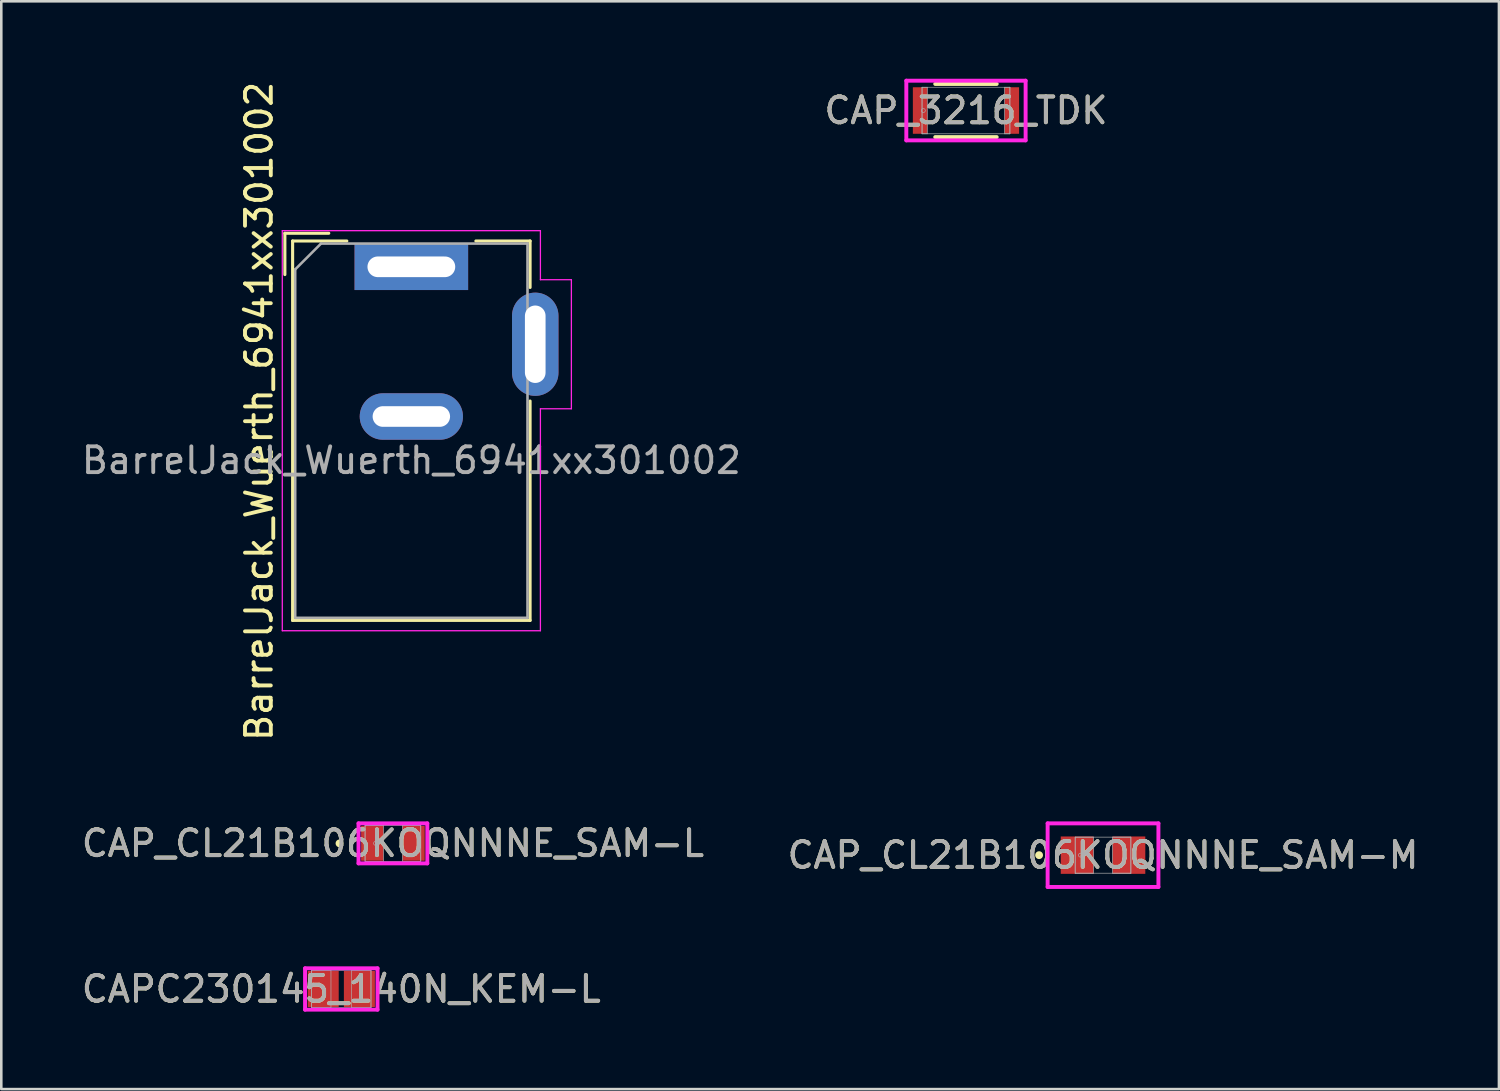
<source format=kicad_pcb>
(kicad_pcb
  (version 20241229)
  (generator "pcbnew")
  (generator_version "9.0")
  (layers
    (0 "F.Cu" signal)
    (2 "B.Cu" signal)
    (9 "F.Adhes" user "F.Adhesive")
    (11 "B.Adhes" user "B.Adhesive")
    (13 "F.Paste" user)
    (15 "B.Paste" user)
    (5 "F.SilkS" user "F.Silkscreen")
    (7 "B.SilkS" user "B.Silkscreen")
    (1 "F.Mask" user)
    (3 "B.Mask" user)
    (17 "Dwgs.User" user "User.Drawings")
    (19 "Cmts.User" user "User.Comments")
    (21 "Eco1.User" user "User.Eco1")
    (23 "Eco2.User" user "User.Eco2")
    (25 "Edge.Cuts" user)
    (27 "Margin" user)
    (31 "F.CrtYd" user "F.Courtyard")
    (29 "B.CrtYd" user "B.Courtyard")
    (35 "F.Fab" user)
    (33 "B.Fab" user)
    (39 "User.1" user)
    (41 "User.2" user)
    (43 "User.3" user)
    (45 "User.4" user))
  (footprint "CAPC230145_140N_KEM-L"
    (layer "F.Cu")
    (at 10.173 35.267)
    (property "Reference" "CAPC230145_140N_KEM-L" (at 0 0 0) (unlocked yes) (layer "F.SilkS") (effects (font (size 1 1) (thickness 0.15))))
    (attr smd)
    (fp_line (start -1.404 -0.801) (end 1.404 -0.801) (stroke (width 0.152) (type solid)) (layer "F.CrtYd"))
    (fp_line (start -1.404 0.801) (end -1.404 -0.801) (stroke (width 0.152) (type solid)) (layer "F.CrtYd"))
    (fp_line (start 1.404 -0.801) (end 1.404 0.801) (stroke (width 0.152) (type solid)) (layer "F.CrtYd"))
    (fp_line (start 1.404 0.801) (end -1.404 0.801) (stroke (width 0.152) (type solid)) (layer "F.CrtYd"))
    (fp_line (start -1.15 -0.725) (end -1.15 0.725) (stroke (width 0.025) (type solid)) (layer "F.Fab"))
    (fp_line (start -1.15 -0.725) (end -1.15 0.725) (stroke (width 0.025) (type solid)) (layer "F.Fab"))
    (fp_line (start -1.15 0.725) (end -0.4 0.725) (stroke (width 0.025) (type solid)) (layer "F.Fab"))
    (fp_line (start -1.15 0.725) (end 1.15 0.725) (stroke (width 0.025) (type solid)) (layer "F.Fab"))
    (fp_line (start -0.4 -0.725) (end -1.15 -0.725) (stroke (width 0.025) (type solid)) (layer "F.Fab"))
    (fp_line (start -0.4 0.725) (end -0.4 -0.725) (stroke (width 0.025) (type solid)) (layer "F.Fab"))
    (fp_line (start 0.4 -0.725) (end 0.4 0.725) (stroke (width 0.025) (type solid)) (layer "F.Fab"))
    (fp_line (start 0.4 0.725) (end 1.15 0.725) (stroke (width 0.025) (type solid)) (layer "F.Fab"))
    (fp_line (start 1.15 -0.725) (end -1.15 -0.725) (stroke (width 0.025) (type solid)) (layer "F.Fab"))
    (fp_line (start 1.15 -0.725) (end 0.4 -0.725) (stroke (width 0.025) (type solid)) (layer "F.Fab"))
    (fp_line (start 1.15 0.725) (end 1.15 -0.725) (stroke (width 0.025) (type solid)) (layer "F.Fab"))
    (fp_line (start 1.15 0.725) (end 1.15 -0.725) (stroke (width 0.025) (type solid)) (layer "F.Fab"))
    (fp_text user "${REFERENCE}" (at 0 0 0) (unlocked yes) (layer "F.Fab") (effects (font (size 1 1) (thickness 0.15))))
    (pad "1" smd rect (at -0.701 0) (size 1.202 1.399) (layers "F.Cu" "F.Mask" "F.Paste"))
    (pad "2" smd rect (at 0.701 0) (size 1.202 1.399) (layers "F.Cu" "F.Mask" "F.Paste"))
    (zone (net_name "") (layer "F.Cu") (hatch full 0.508) (connect_pads) (min_thickness 0.254) (filled_areas_thickness no) (keepout (tracks not_allowed) (vias not_allowed) (pads allowed) (copperpour not_allowed) (footprints allowed)) (placement (enabled no)) (fill) (polygon (pts (xy 10.123 34.593) (xy 10.222 34.593) (xy 10.222 35.942) (xy 10.123 35.942)))))
  (footprint "CAP_CL21B106KOQNNNE_SAM-M"
    (layer "F.Cu")
    (at 39.685 30.082)
    (property "Reference" "CAP_CL21B106KOQNNNE_SAM-M" (at 0 0 0) (unlocked yes) (layer "F.SilkS") (effects (font (size 1 1) (thickness 0.15))))
    (attr smd)
    (fp_circle (center -2.477 0) (end -2.4 0) (stroke (width 0.152) (type solid)) (fill no) (layer "F.SilkS"))
    (fp_line (start -2.146 -1.232) (end 2.146 -1.232) (stroke (width 0.152) (type solid)) (layer "F.CrtYd"))
    (fp_line (start -2.146 1.232) (end -2.146 -1.232) (stroke (width 0.152) (type solid)) (layer "F.CrtYd"))
    (fp_line (start 2.146 -1.232) (end 2.146 1.232) (stroke (width 0.152) (type solid)) (layer "F.CrtYd"))
    (fp_line (start 2.146 1.232) (end -2.146 1.232) (stroke (width 0.152) (type solid)) (layer "F.CrtYd"))
    (fp_line (start -1.079 -0.699) (end -1.079 0.699) (stroke (width 0.025) (type solid)) (layer "F.Fab"))
    (fp_line (start -1.079 -0.699) (end -1.079 0.699) (stroke (width 0.025) (type solid)) (layer "F.Fab"))
    (fp_line (start -1.079 0.699) (end -0.368 0.699) (stroke (width 0.025) (type solid)) (layer "F.Fab"))
    (fp_line (start -1.079 0.699) (end 1.079 0.699) (stroke (width 0.025) (type solid)) (layer "F.Fab"))
    (fp_line (start -0.368 -0.699) (end -1.079 -0.699) (stroke (width 0.025) (type solid)) (layer "F.Fab"))
    (fp_line (start -0.368 0.699) (end -0.368 -0.699) (stroke (width 0.025) (type solid)) (layer "F.Fab"))
    (fp_line (start 0.368 -0.699) (end 0.368 0.699) (stroke (width 0.025) (type solid)) (layer "F.Fab"))
    (fp_line (start 0.368 0.699) (end 1.079 0.699) (stroke (width 0.025) (type solid)) (layer "F.Fab"))
    (fp_line (start 1.079 -0.699) (end -1.079 -0.699) (stroke (width 0.025) (type solid)) (layer "F.Fab"))
    (fp_line (start 1.079 -0.699) (end 0.368 -0.699) (stroke (width 0.025) (type solid)) (layer "F.Fab"))
    (fp_line (start 1.079 0.699) (end 1.079 -0.699) (stroke (width 0.025) (type solid)) (layer "F.Fab"))
    (fp_line (start 1.079 0.699) (end 1.079 -0.699) (stroke (width 0.025) (type solid)) (layer "F.Fab"))
    (fp_circle (center -0.876 0) (end -0.8 0) (stroke (width 0.025) (type solid)) (fill no) (layer "F.Fab"))
    (fp_text user "${REFERENCE}" (at 0 0 0) (unlocked yes) (layer "F.Fab") (effects (font (size 1 1) (thickness 0.15))))
    (pad "1" smd rect (at -1.003 0) (size 1.27 1.448) (layers "F.Cu" "F.Mask" "F.Paste"))
    (pad "2" smd rect (at 1.003 0) (size 1.27 1.448) (layers "F.Cu" "F.Mask" "F.Paste"))
    (zone (net_name "") (layer "F.Cu") (hatch full 0.508) (connect_pads) (min_thickness 0.254) (filled_areas_thickness no) (keepout (tracks not_allowed) (vias not_allowed) (pads allowed) (copperpour not_allowed) (footprints allowed)) (placement (enabled no)) (fill) (polygon (pts (xy 39.367 29.434) (xy 40.002 29.434) (xy 40.002 30.73) (xy 39.367 30.73)))))
  (footprint "CAP_CL21B106KOQNNNE_SAM-L"
    (layer "F.Cu")
    (at 12.173 29.625)
    (property "Reference" "CAP_CL21B106KOQNNNE_SAM-L" (at 0 0 0) (unlocked yes) (layer "F.SilkS") (effects (font (size 1 1) (thickness 0.15))))
    (attr smd)
    (fp_circle (center -2.07 0) (end -1.994 0) (stroke (width 0.152) (type solid)) (fill no) (layer "F.SilkS"))
    (fp_line (start -1.333 -0.775) (end 1.333 -0.775) (stroke (width 0.152) (type solid)) (layer "F.CrtYd"))
    (fp_line (start -1.333 0.775) (end -1.333 -0.775) (stroke (width 0.152) (type solid)) (layer "F.CrtYd"))
    (fp_line (start 1.333 -0.775) (end 1.333 0.775) (stroke (width 0.152) (type solid)) (layer "F.CrtYd"))
    (fp_line (start 1.333 0.775) (end -1.333 0.775) (stroke (width 0.152) (type solid)) (layer "F.CrtYd"))
    (fp_line (start -1.079 -0.699) (end -1.079 0.699) (stroke (width 0.025) (type solid)) (layer "F.Fab"))
    (fp_line (start -1.079 -0.699) (end -1.079 0.699) (stroke (width 0.025) (type solid)) (layer "F.Fab"))
    (fp_line (start -1.079 0.699) (end -0.368 0.699) (stroke (width 0.025) (type solid)) (layer "F.Fab"))
    (fp_line (start -1.079 0.699) (end 1.079 0.699) (stroke (width 0.025) (type solid)) (layer "F.Fab"))
    (fp_line (start -0.368 -0.699) (end -1.079 -0.699) (stroke (width 0.025) (type solid)) (layer "F.Fab"))
    (fp_line (start -0.368 0.699) (end -0.368 -0.699) (stroke (width 0.025) (type solid)) (layer "F.Fab"))
    (fp_line (start 0.368 -0.699) (end 0.368 0.699) (stroke (width 0.025) (type solid)) (layer "F.Fab"))
    (fp_line (start 0.368 0.699) (end 1.079 0.699) (stroke (width 0.025) (type solid)) (layer "F.Fab"))
    (fp_line (start 1.079 -0.699) (end -1.079 -0.699) (stroke (width 0.025) (type solid)) (layer "F.Fab"))
    (fp_line (start 1.079 -0.699) (end 0.368 -0.699) (stroke (width 0.025) (type solid)) (layer "F.Fab"))
    (fp_line (start 1.079 0.699) (end 1.079 -0.699) (stroke (width 0.025) (type solid)) (layer "F.Fab"))
    (fp_line (start 1.079 0.699) (end 1.079 -0.699) (stroke (width 0.025) (type solid)) (layer "F.Fab"))
    (fp_circle (center -0.673 0) (end -0.597 0) (stroke (width 0.025) (type solid)) (fill no) (layer "F.Fab"))
    (fp_text user "${REFERENCE}" (at 0 0 0) (unlocked yes) (layer "F.Fab") (effects (font (size 1 1) (thickness 0.15))))
    (pad "1" smd rect (at -0.8 0) (size 0.864 1.346) (layers "F.Cu" "F.Mask" "F.Paste"))
    (pad "2" smd rect (at 0.8 0) (size 0.864 1.346) (layers "F.Cu" "F.Mask" "F.Paste"))
    (zone (net_name "") (layer "F.Cu") (hatch full 0.508) (connect_pads) (min_thickness 0.254) (filled_areas_thickness no) (keepout (tracks not_allowed) (vias not_allowed) (pads allowed) (copperpour not_allowed) (footprints allowed)) (placement (enabled no)) (fill) (polygon (pts (xy 11.855 28.977) (xy 12.49 28.977) (xy 12.49 30.272) (xy 11.855 30.272)))))
  (footprint "CAP_3216_TDK"
    (layer "F.Cu")
    (at 34.375 1.232)
    (property "Reference" "CAP_3216_TDK" (at 0 0 0) (unlocked yes) (layer "F.SilkS") (effects (font (size 1 1) (thickness 0.15))))
    (attr smd)
    (fp_line (start -1.191 1.029) (end 1.191 1.029) (stroke (width 0.152) (type solid)) (layer "F.SilkS"))
    (fp_line (start 1.191 -1.029) (end -1.191 -1.029) (stroke (width 0.152) (type solid)) (layer "F.SilkS"))
    (fp_line (start -2.311 -1.156) (end 2.311 -1.156) (stroke (width 0.152) (type solid)) (layer "F.CrtYd"))
    (fp_line (start -2.311 1.156) (end -2.311 -1.156) (stroke (width 0.152) (type solid)) (layer "F.CrtYd"))
    (fp_line (start 2.311 -1.156) (end 2.311 1.156) (stroke (width 0.152) (type solid)) (layer "F.CrtYd"))
    (fp_line (start 2.311 1.156) (end -2.311 1.156) (stroke (width 0.152) (type solid)) (layer "F.CrtYd"))
    (fp_line (start -1.702 -0.902) (end -1.702 0.902) (stroke (width 0.025) (type solid)) (layer "F.Fab"))
    (fp_line (start -1.702 -0.902) (end -1.702 0.902) (stroke (width 0.025) (type solid)) (layer "F.Fab"))
    (fp_line (start -1.702 0.902) (end -1.499 0.902) (stroke (width 0.025) (type solid)) (layer "F.Fab"))
    (fp_line (start -1.702 0.902) (end 1.702 0.902) (stroke (width 0.025) (type solid)) (layer "F.Fab"))
    (fp_line (start -1.499 -0.902) (end -1.702 -0.902) (stroke (width 0.025) (type solid)) (layer "F.Fab"))
    (fp_line (start -1.499 0.902) (end -1.499 -0.902) (stroke (width 0.025) (type solid)) (layer "F.Fab"))
    (fp_line (start 1.499 -0.902) (end 1.499 0.902) (stroke (width 0.025) (type solid)) (layer "F.Fab"))
    (fp_line (start 1.499 0.902) (end 1.702 0.902) (stroke (width 0.025) (type solid)) (layer "F.Fab"))
    (fp_line (start 1.702 -0.902) (end -1.702 -0.902) (stroke (width 0.025) (type solid)) (layer "F.Fab"))
    (fp_line (start 1.702 -0.902) (end 1.499 -0.902) (stroke (width 0.025) (type solid)) (layer "F.Fab"))
    (fp_line (start 1.702 0.902) (end 1.702 -0.902) (stroke (width 0.025) (type solid)) (layer "F.Fab"))
    (fp_line (start 1.702 0.902) (end 1.702 -0.902) (stroke (width 0.025) (type solid)) (layer "F.Fab"))
    (fp_circle (center -1.651 0) (end -1.575 0) (stroke (width 0.025) (type solid)) (fill no) (layer "F.Fab"))
    (fp_text user "${REFERENCE}" (at 0 0 0) (unlocked yes) (layer "F.Fab") (effects (font (size 1 1) (thickness 0.15))))
    (pad "1" smd rect (at -1.778 0) (size 0.559 1.803) (layers "F.Cu" "F.Mask" "F.Paste"))
    (pad "2" smd rect (at 1.778 0) (size 0.559 1.803) (layers "F.Cu" "F.Mask" "F.Paste"))
    (zone (net_name "") (layer "F.Cu") (hatch full 0.508) (connect_pads) (min_thickness 0.254) (filled_areas_thickness no) (keepout (tracks not_allowed) (vias not_allowed) (pads allowed) (copperpour not_allowed) (footprints allowed)) (placement (enabled no)) (fill) (polygon (pts (xy 32.927 0.381) (xy 35.823 0.381) (xy 35.823 2.083) (xy 32.927 2.083)))))
  (footprint "BarrelJack_Wuerth_6941xx301002"
    (layer "F.Cu")
    (at 12.887 7.287)
    (property "Reference" "BarrelJack_Wuerth_6941xx301002" (at -5.9 5.6 270) (layer "F.SilkS") (effects (font (size 1 1) (thickness 0.15))))
    (attr through_hole)
    (fp_line (start -4.9 -1.3) (end -4.9 0.3) (stroke (width 0.12) (type solid)) (layer "F.SilkS"))
    (fp_line (start -4.6 -1) (end -2.5 -1) (stroke (width 0.12) (type solid)) (layer "F.SilkS"))
    (fp_line (start -4.6 13.7) (end -4.6 -1) (stroke (width 0.12) (type solid)) (layer "F.SilkS"))
    (fp_line (start -3.2 -1.3) (end -4.9 -1.3) (stroke (width 0.12) (type solid)) (layer "F.SilkS"))
    (fp_line (start 2.5 -1) (end 4.6 -1) (stroke (width 0.12) (type solid)) (layer "F.SilkS"))
    (fp_line (start 4.6 -1) (end 4.6 0.8) (stroke (width 0.12) (type solid)) (layer "F.SilkS"))
    (fp_line (start 4.6 5.2) (end 4.6 13.7) (stroke (width 0.12) (type solid)) (layer "F.SilkS"))
    (fp_line (start 4.6 13.7) (end -4.6 13.7) (stroke (width 0.12) (type solid)) (layer "F.SilkS"))
    (fp_line (start -5 -1.4) (end -5 14.1) (stroke (width 0.05) (type solid)) (layer "F.CrtYd"))
    (fp_line (start -5 14.1) (end 5 14.1) (stroke (width 0.05) (type solid)) (layer "F.CrtYd"))
    (fp_line (start 5 -1.4) (end -5 -1.4) (stroke (width 0.05) (type solid)) (layer "F.CrtYd"))
    (fp_line (start 5 0.5) (end 5 -1.4) (stroke (width 0.05) (type solid)) (layer "F.CrtYd"))
    (fp_line (start 5 14.1) (end 5 5.5) (stroke (width 0.05) (type solid)) (layer "F.CrtYd"))
    (fp_line (start 6.2 0.5) (end 5 0.5) (stroke (width 0.05) (type solid)) (layer "F.CrtYd"))
    (fp_line (start 6.2 0.5) (end 6.2 5.5) (stroke (width 0.05) (type solid)) (layer "F.CrtYd"))
    (fp_line (start 6.2 5.5) (end 5 5.5) (stroke (width 0.05) (type solid)) (layer "F.CrtYd"))
    (fp_line (start -4.5 0.1) (end -3.5 -0.9) (stroke (width 0.1) (type solid)) (layer "F.Fab"))
    (fp_line (start -4.5 13.6) (end -4.5 0.1) (stroke (width 0.1) (type solid)) (layer "F.Fab"))
    (fp_line (start 4.5 -0.9) (end -3.5 -0.9) (stroke (width 0.1) (type solid)) (layer "F.Fab"))
    (fp_line (start 4.5 -0.9) (end 4.5 13.6) (stroke (width 0.1) (type solid)) (layer "F.Fab"))
    (fp_line (start 4.5 13.6) (end -4.5 13.6) (stroke (width 0.1) (type solid)) (layer "F.Fab"))
    (fp_text user "${REFERENCE}" (at 0 7.5 0) (layer "F.Fab") (effects (font (size 1 1) (thickness 0.15))))
    (pad "1" thru_hole rect (at 0 0) (size 4.4 1.8) (drill oval 3.4 0.8) (layers "*.Cu" "*.Mask"))
    (pad "2" thru_hole oval (at 0 5.8) (size 4 1.8) (drill oval 3 0.8) (layers "*.Cu" "*.Mask"))
    (pad "3" thru_hole oval (at 4.8 3 90) (size 4 1.8) (drill oval 3 0.8) (layers "*.Cu" "*.Mask")))
  (gr_rect
    (start -3 -3)
    (end 55.024 39.145)
    (stroke (width 0.1) (type default))
    (fill no)
    (layer "Edge.Cuts")))
</source>
